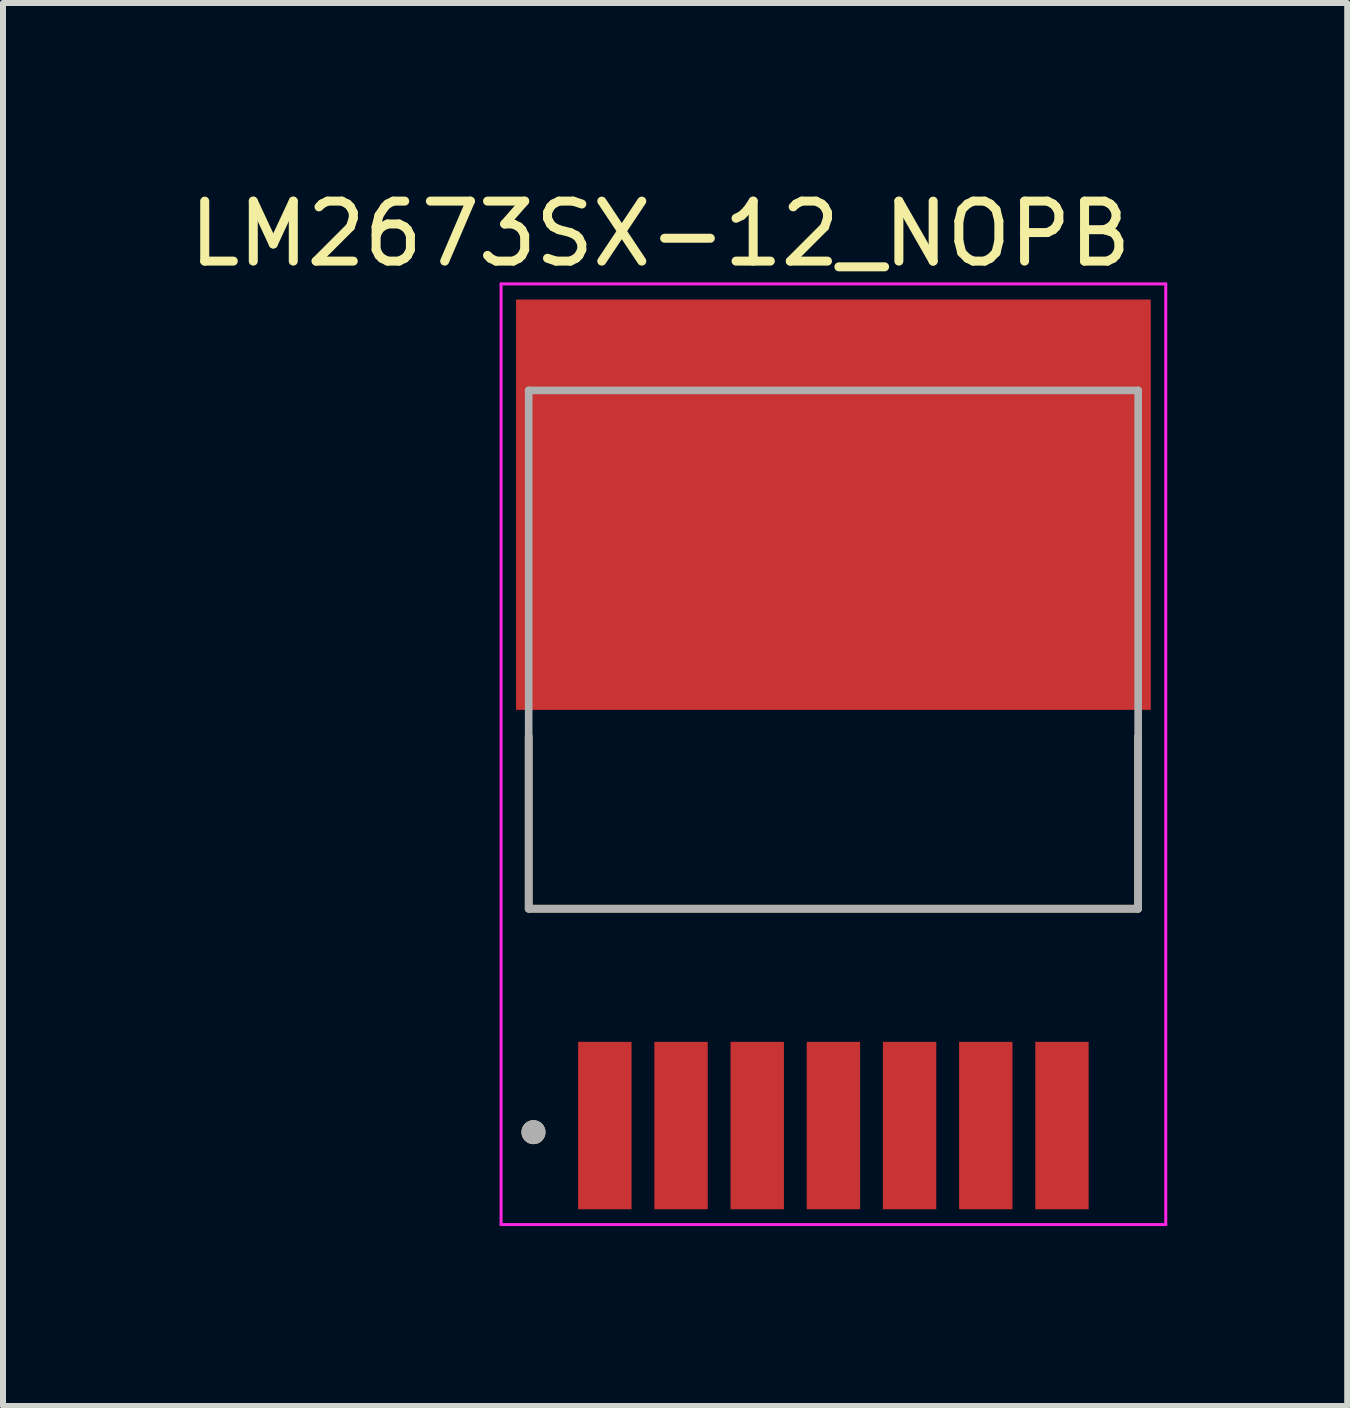
<source format=kicad_pcb>
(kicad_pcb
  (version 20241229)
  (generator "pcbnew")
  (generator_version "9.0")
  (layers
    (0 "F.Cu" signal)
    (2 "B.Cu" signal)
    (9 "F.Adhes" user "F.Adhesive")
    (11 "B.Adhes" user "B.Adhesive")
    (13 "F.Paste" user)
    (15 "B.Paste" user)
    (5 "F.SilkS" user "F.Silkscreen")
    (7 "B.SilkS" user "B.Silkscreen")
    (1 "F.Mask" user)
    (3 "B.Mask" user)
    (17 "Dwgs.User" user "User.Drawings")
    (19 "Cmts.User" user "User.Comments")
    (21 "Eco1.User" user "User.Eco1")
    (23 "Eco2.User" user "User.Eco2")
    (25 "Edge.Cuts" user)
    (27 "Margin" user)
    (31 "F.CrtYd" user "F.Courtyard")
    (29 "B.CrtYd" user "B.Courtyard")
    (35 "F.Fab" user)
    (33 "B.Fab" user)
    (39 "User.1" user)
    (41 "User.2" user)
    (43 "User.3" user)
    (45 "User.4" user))
  (footprint "LM2673SX-12_NOPB"
    (layer "F.Cu")
    (at 10.843 9.523)
    (property "Reference" "LM2673SX-12_NOPB" (at -2.885 -8.675 0) (layer "F.SilkS") (effects (font (size 1 1) (thickness 0.15))))
    (attr smd)
    (fp_line (start -5.08 -0.3) (end -5.08 2.575) (stroke (width 0.127) (type solid)) (layer "F.SilkS"))
    (fp_line (start -5.08 2.575) (end 5.08 2.575) (stroke (width 0.127) (type solid)) (layer "F.SilkS"))
    (fp_line (start 5.08 2.575) (end 5.08 -0.3) (stroke (width 0.127) (type solid)) (layer "F.SilkS"))
    (fp_circle (center -5 6.3) (end -4.9 6.3) (stroke (width 0.2) (type solid)) (fill no) (layer "F.SilkS"))
    (fp_poly (pts (xy -5.03 -6.825) (xy -3.77 -6.825) (xy -3.77 -4.915) (xy -5.03 -4.915)) (stroke (width 0.01) (type solid)) (fill yes) (layer "F.Paste"))
    (fp_poly (pts (xy -5.03 -3.405) (xy -3.77 -3.405) (xy -3.77 -1.495) (xy -5.03 -1.495)) (stroke (width 0.01) (type solid)) (fill yes) (layer "F.Paste"))
    (fp_poly (pts (xy -3.27 -6.825) (xy -2.01 -6.825) (xy -2.01 -4.915) (xy -3.27 -4.915)) (stroke (width 0.01) (type solid)) (fill yes) (layer "F.Paste"))
    (fp_poly (pts (xy -3.27 -3.405) (xy -2.01 -3.405) (xy -2.01 -1.495) (xy -3.27 -1.495)) (stroke (width 0.01) (type solid)) (fill yes) (layer "F.Paste"))
    (fp_poly (pts (xy -1.51 -6.825) (xy -0.25 -6.825) (xy -0.25 -4.915) (xy -1.51 -4.915)) (stroke (width 0.01) (type solid)) (fill yes) (layer "F.Paste"))
    (fp_poly (pts (xy -1.51 -3.405) (xy -0.25 -3.405) (xy -0.25 -1.495) (xy -1.51 -1.495)) (stroke (width 0.01) (type solid)) (fill yes) (layer "F.Paste"))
    (fp_poly (pts (xy 0.25 -6.825) (xy 1.51 -6.825) (xy 1.51 -4.915) (xy 0.25 -4.915)) (stroke (width 0.01) (type solid)) (fill yes) (layer "F.Paste"))
    (fp_poly (pts (xy 0.25 -3.405) (xy 1.51 -3.405) (xy 1.51 -1.495) (xy 0.25 -1.495)) (stroke (width 0.01) (type solid)) (fill yes) (layer "F.Paste"))
    (fp_poly (pts (xy 2.01 -6.825) (xy 3.27 -6.825) (xy 3.27 -4.915) (xy 2.01 -4.915)) (stroke (width 0.01) (type solid)) (fill yes) (layer "F.Paste"))
    (fp_poly (pts (xy 2.01 -3.405) (xy 3.27 -3.405) (xy 3.27 -1.495) (xy 2.01 -1.495)) (stroke (width 0.01) (type solid)) (fill yes) (layer "F.Paste"))
    (fp_poly (pts (xy 3.77 -6.825) (xy 5.03 -6.825) (xy 5.03 -4.915) (xy 3.77 -4.915)) (stroke (width 0.01) (type solid)) (fill yes) (layer "F.Paste"))
    (fp_poly (pts (xy 3.77 -3.405) (xy 5.03 -3.405) (xy 5.03 -1.495) (xy 3.77 -1.495)) (stroke (width 0.01) (type solid)) (fill yes) (layer "F.Paste"))
    (fp_line (start -5.54 -7.84) (end 5.54 -7.84) (stroke (width 0.05) (type solid)) (layer "F.CrtYd"))
    (fp_line (start -5.54 7.84) (end -5.54 -7.84) (stroke (width 0.05) (type solid)) (layer "F.CrtYd"))
    (fp_line (start 5.54 -7.84) (end 5.54 7.84) (stroke (width 0.05) (type solid)) (layer "F.CrtYd"))
    (fp_line (start 5.54 7.84) (end -5.54 7.84) (stroke (width 0.05) (type solid)) (layer "F.CrtYd"))
    (fp_line (start -5.08 -6.065) (end 5.08 -6.065) (stroke (width 0.127) (type solid)) (layer "F.Fab"))
    (fp_line (start -5.08 2.575) (end -5.08 -6.065) (stroke (width 0.127) (type solid)) (layer "F.Fab"))
    (fp_line (start -5.08 2.575) (end 5.08 2.575) (stroke (width 0.127) (type solid)) (layer "F.Fab"))
    (fp_line (start 5.08 -6.065) (end 5.08 2.575) (stroke (width 0.127) (type solid)) (layer "F.Fab"))
    (fp_circle (center -5 6.3) (end -4.9 6.3) (stroke (width 0.2) (type solid)) (fill no) (layer "F.Fab"))
    (pad "1" smd rect (at -3.81 6.19) (size 0.89 2.79) (layers "F.Cu" "F.Mask" "F.Paste"))
    (pad "2" smd rect (at -2.54 6.19) (size 0.89 2.79) (layers "F.Cu" "F.Mask" "F.Paste"))
    (pad "3" smd rect (at -1.27 6.19) (size 0.89 2.79) (layers "F.Cu" "F.Mask" "F.Paste"))
    (pad "4" smd rect (at 0 6.19) (size 0.89 2.79) (layers "F.Cu" "F.Mask" "F.Paste"))
    (pad "5" smd rect (at 1.27 6.19) (size 0.89 2.79) (layers "F.Cu" "F.Mask" "F.Paste"))
    (pad "6" smd rect (at 2.54 6.19) (size 0.89 2.79) (layers "F.Cu" "F.Mask" "F.Paste"))
    (pad "7" smd rect (at 3.81 6.19) (size 0.89 2.79) (layers "F.Cu" "F.Mask" "F.Paste"))
    (pad "8" smd rect (at 0 -4.16) (size 10.58 6.84) (layers "F.Cu" "F.Mask")))
  (gr_rect
    (start -3 -3)
    (end 19.408 20.388)
    (stroke (width 0.1) (type default))
    (fill no)
    (layer "Edge.Cuts")))
</source>
